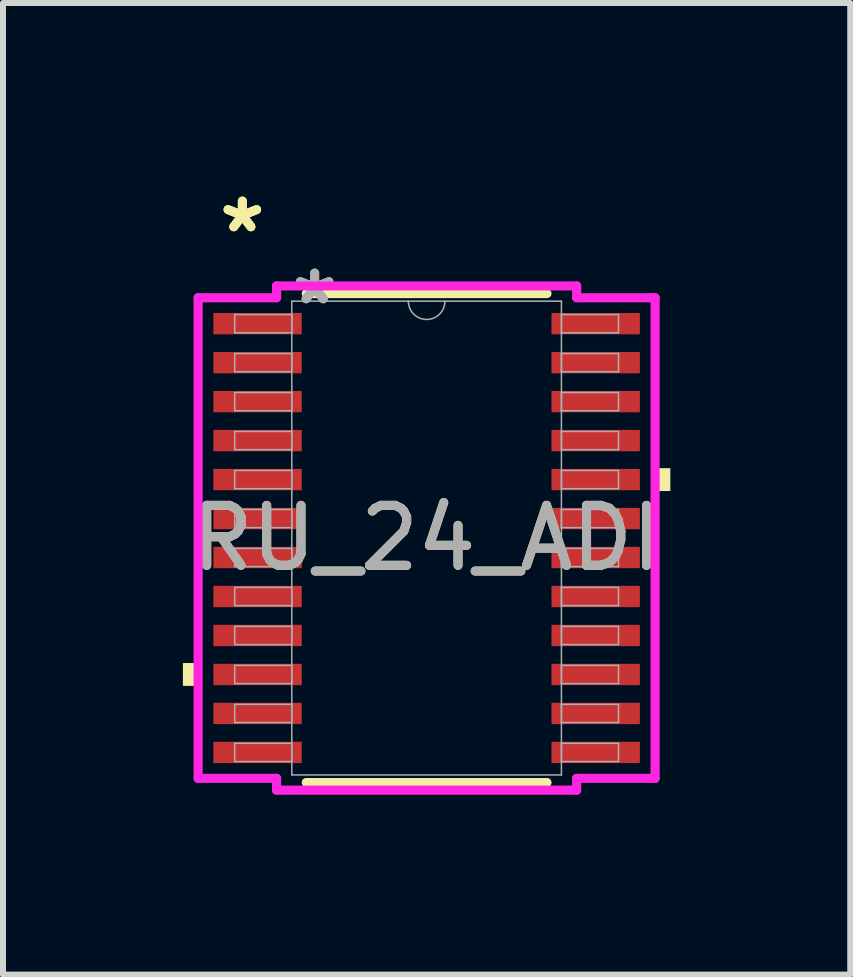
<source format=kicad_pcb>
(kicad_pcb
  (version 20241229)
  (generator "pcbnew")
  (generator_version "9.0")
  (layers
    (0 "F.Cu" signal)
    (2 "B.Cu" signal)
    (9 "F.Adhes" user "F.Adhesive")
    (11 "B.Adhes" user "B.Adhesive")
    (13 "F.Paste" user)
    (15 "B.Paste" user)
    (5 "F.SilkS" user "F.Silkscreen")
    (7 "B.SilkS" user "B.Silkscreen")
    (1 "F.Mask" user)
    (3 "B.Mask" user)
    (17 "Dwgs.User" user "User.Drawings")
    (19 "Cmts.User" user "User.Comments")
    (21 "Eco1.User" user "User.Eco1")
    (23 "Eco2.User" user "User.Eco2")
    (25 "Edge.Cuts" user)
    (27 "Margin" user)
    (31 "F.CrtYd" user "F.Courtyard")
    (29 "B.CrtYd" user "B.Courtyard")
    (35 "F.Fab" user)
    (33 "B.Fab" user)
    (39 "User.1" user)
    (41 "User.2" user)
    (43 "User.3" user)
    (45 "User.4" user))
  (footprint "RU_24_ADI"
    (layer "F.Cu")
    (at 4.064 5.922)
    (property "Reference" "RU_24_ADI" (at 0 0 0) (unlocked yes) (layer "F.SilkS") (effects (font (size 1 1) (thickness 0.15))))
    (attr smd)
    (fp_line (start -2.007 4.077) (end 2.007 4.077) (stroke (width 0.152) (type solid)) (layer "F.SilkS"))
    (fp_line (start 2.007 -4.077) (end -2.007 -4.077) (stroke (width 0.152) (type solid)) (layer "F.SilkS"))
    (fp_poly (pts (xy -4.064 2.084) (xy -4.064 2.465) (xy -3.81 2.465) (xy -3.81 2.084)) (stroke (width 0) (type solid)) (fill yes) (layer "F.SilkS"))
    (fp_poly (pts (xy 4.064 -1.165) (xy 4.064 -0.784) (xy 3.81 -0.784) (xy 3.81 -1.165)) (stroke (width 0) (type solid)) (fill yes) (layer "F.SilkS"))
    (fp_line (start -3.81 -4.007) (end -2.502 -4.007) (stroke (width 0.152) (type solid)) (layer "F.CrtYd"))
    (fp_line (start -3.81 4.007) (end -3.81 -4.007) (stroke (width 0.152) (type solid)) (layer "F.CrtYd"))
    (fp_line (start -3.81 4.007) (end -2.502 4.007) (stroke (width 0.152) (type solid)) (layer "F.CrtYd"))
    (fp_line (start -2.502 -4.204) (end 2.502 -4.204) (stroke (width 0.152) (type solid)) (layer "F.CrtYd"))
    (fp_line (start -2.502 -4.007) (end -2.502 -4.204) (stroke (width 0.152) (type solid)) (layer "F.CrtYd"))
    (fp_line (start -2.502 4.204) (end -2.502 4.007) (stroke (width 0.152) (type solid)) (layer "F.CrtYd"))
    (fp_line (start 2.502 -4.204) (end 2.502 -4.007) (stroke (width 0.152) (type solid)) (layer "F.CrtYd"))
    (fp_line (start 2.502 4.007) (end 2.502 4.204) (stroke (width 0.152) (type solid)) (layer "F.CrtYd"))
    (fp_line (start 2.502 4.204) (end -2.502 4.204) (stroke (width 0.152) (type solid)) (layer "F.CrtYd"))
    (fp_line (start 3.81 -4.007) (end 2.502 -4.007) (stroke (width 0.152) (type solid)) (layer "F.CrtYd"))
    (fp_line (start 3.81 -4.007) (end 3.81 4.007) (stroke (width 0.152) (type solid)) (layer "F.CrtYd"))
    (fp_line (start 3.81 4.007) (end 2.502 4.007) (stroke (width 0.152) (type solid)) (layer "F.CrtYd"))
    (fp_line (start -3.2 -3.727) (end -3.2 -3.423) (stroke (width 0.025) (type solid)) (layer "F.Fab"))
    (fp_line (start -3.2 -3.423) (end -2.248 -3.423) (stroke (width 0.025) (type solid)) (layer "F.Fab"))
    (fp_line (start -3.2 -3.077) (end -3.2 -2.773) (stroke (width 0.025) (type solid)) (layer "F.Fab"))
    (fp_line (start -3.2 -2.773) (end -2.248 -2.773) (stroke (width 0.025) (type solid)) (layer "F.Fab"))
    (fp_line (start -3.2 -2.427) (end -3.2 -2.123) (stroke (width 0.025) (type solid)) (layer "F.Fab"))
    (fp_line (start -3.2 -2.123) (end -2.248 -2.123) (stroke (width 0.025) (type solid)) (layer "F.Fab"))
    (fp_line (start -3.2 -1.777) (end -3.2 -1.473) (stroke (width 0.025) (type solid)) (layer "F.Fab"))
    (fp_line (start -3.2 -1.473) (end -2.248 -1.473) (stroke (width 0.025) (type solid)) (layer "F.Fab"))
    (fp_line (start -3.2 -1.127) (end -3.2 -0.823) (stroke (width 0.025) (type solid)) (layer "F.Fab"))
    (fp_line (start -3.2 -0.823) (end -2.248 -0.823) (stroke (width 0.025) (type solid)) (layer "F.Fab"))
    (fp_line (start -3.2 -0.477) (end -3.2 -0.173) (stroke (width 0.025) (type solid)) (layer "F.Fab"))
    (fp_line (start -3.2 -0.173) (end -2.248 -0.173) (stroke (width 0.025) (type solid)) (layer "F.Fab"))
    (fp_line (start -3.2 0.173) (end -3.2 0.477) (stroke (width 0.025) (type solid)) (layer "F.Fab"))
    (fp_line (start -3.2 0.477) (end -2.248 0.477) (stroke (width 0.025) (type solid)) (layer "F.Fab"))
    (fp_line (start -3.2 0.823) (end -3.2 1.127) (stroke (width 0.025) (type solid)) (layer "F.Fab"))
    (fp_line (start -3.2 1.127) (end -2.248 1.127) (stroke (width 0.025) (type solid)) (layer "F.Fab"))
    (fp_line (start -3.2 1.473) (end -3.2 1.777) (stroke (width 0.025) (type solid)) (layer "F.Fab"))
    (fp_line (start -3.2 1.777) (end -2.248 1.777) (stroke (width 0.025) (type solid)) (layer "F.Fab"))
    (fp_line (start -3.2 2.123) (end -3.2 2.427) (stroke (width 0.025) (type solid)) (layer "F.Fab"))
    (fp_line (start -3.2 2.427) (end -2.248 2.427) (stroke (width 0.025) (type solid)) (layer "F.Fab"))
    (fp_line (start -3.2 2.773) (end -3.2 3.077) (stroke (width 0.025) (type solid)) (layer "F.Fab"))
    (fp_line (start -3.2 3.077) (end -2.248 3.077) (stroke (width 0.025) (type solid)) (layer "F.Fab"))
    (fp_line (start -3.2 3.423) (end -3.2 3.727) (stroke (width 0.025) (type solid)) (layer "F.Fab"))
    (fp_line (start -3.2 3.727) (end -2.248 3.727) (stroke (width 0.025) (type solid)) (layer "F.Fab"))
    (fp_line (start -2.248 -3.95) (end -2.248 3.95) (stroke (width 0.025) (type solid)) (layer "F.Fab"))
    (fp_line (start -2.248 -3.727) (end -3.2 -3.727) (stroke (width 0.025) (type solid)) (layer "F.Fab"))
    (fp_line (start -2.248 -3.423) (end -2.248 -3.727) (stroke (width 0.025) (type solid)) (layer "F.Fab"))
    (fp_line (start -2.248 -3.077) (end -3.2 -3.077) (stroke (width 0.025) (type solid)) (layer "F.Fab"))
    (fp_line (start -2.248 -2.773) (end -2.248 -3.077) (stroke (width 0.025) (type solid)) (layer "F.Fab"))
    (fp_line (start -2.248 -2.427) (end -3.2 -2.427) (stroke (width 0.025) (type solid)) (layer "F.Fab"))
    (fp_line (start -2.248 -2.123) (end -2.248 -2.427) (stroke (width 0.025) (type solid)) (layer "F.Fab"))
    (fp_line (start -2.248 -1.777) (end -3.2 -1.777) (stroke (width 0.025) (type solid)) (layer "F.Fab"))
    (fp_line (start -2.248 -1.473) (end -2.248 -1.777) (stroke (width 0.025) (type solid)) (layer "F.Fab"))
    (fp_line (start -2.248 -1.127) (end -3.2 -1.127) (stroke (width 0.025) (type solid)) (layer "F.Fab"))
    (fp_line (start -2.248 -0.823) (end -2.248 -1.127) (stroke (width 0.025) (type solid)) (layer "F.Fab"))
    (fp_line (start -2.248 -0.477) (end -3.2 -0.477) (stroke (width 0.025) (type solid)) (layer "F.Fab"))
    (fp_line (start -2.248 -0.173) (end -2.248 -0.477) (stroke (width 0.025) (type solid)) (layer "F.Fab"))
    (fp_line (start -2.248 0.173) (end -3.2 0.173) (stroke (width 0.025) (type solid)) (layer "F.Fab"))
    (fp_line (start -2.248 0.477) (end -2.248 0.173) (stroke (width 0.025) (type solid)) (layer "F.Fab"))
    (fp_line (start -2.248 0.823) (end -3.2 0.823) (stroke (width 0.025) (type solid)) (layer "F.Fab"))
    (fp_line (start -2.248 1.127) (end -2.248 0.823) (stroke (width 0.025) (type solid)) (layer "F.Fab"))
    (fp_line (start -2.248 1.473) (end -3.2 1.473) (stroke (width 0.025) (type solid)) (layer "F.Fab"))
    (fp_line (start -2.248 1.777) (end -2.248 1.473) (stroke (width 0.025) (type solid)) (layer "F.Fab"))
    (fp_line (start -2.248 2.123) (end -3.2 2.123) (stroke (width 0.025) (type solid)) (layer "F.Fab"))
    (fp_line (start -2.248 2.427) (end -2.248 2.123) (stroke (width 0.025) (type solid)) (layer "F.Fab"))
    (fp_line (start -2.248 2.773) (end -3.2 2.773) (stroke (width 0.025) (type solid)) (layer "F.Fab"))
    (fp_line (start -2.248 3.077) (end -2.248 2.773) (stroke (width 0.025) (type solid)) (layer "F.Fab"))
    (fp_line (start -2.248 3.423) (end -3.2 3.423) (stroke (width 0.025) (type solid)) (layer "F.Fab"))
    (fp_line (start -2.248 3.727) (end -2.248 3.423) (stroke (width 0.025) (type solid)) (layer "F.Fab"))
    (fp_line (start -2.248 3.95) (end 2.248 3.95) (stroke (width 0.025) (type solid)) (layer "F.Fab"))
    (fp_line (start 2.248 -3.95) (end -2.248 -3.95) (stroke (width 0.025) (type solid)) (layer "F.Fab"))
    (fp_line (start 2.248 -3.727) (end 2.248 -3.423) (stroke (width 0.025) (type solid)) (layer "F.Fab"))
    (fp_line (start 2.248 -3.423) (end 3.2 -3.423) (stroke (width 0.025) (type solid)) (layer "F.Fab"))
    (fp_line (start 2.248 -3.077) (end 2.248 -2.773) (stroke (width 0.025) (type solid)) (layer "F.Fab"))
    (fp_line (start 2.248 -2.773) (end 3.2 -2.773) (stroke (width 0.025) (type solid)) (layer "F.Fab"))
    (fp_line (start 2.248 -2.427) (end 2.248 -2.123) (stroke (width 0.025) (type solid)) (layer "F.Fab"))
    (fp_line (start 2.248 -2.123) (end 3.2 -2.123) (stroke (width 0.025) (type solid)) (layer "F.Fab"))
    (fp_line (start 2.248 -1.777) (end 2.248 -1.473) (stroke (width 0.025) (type solid)) (layer "F.Fab"))
    (fp_line (start 2.248 -1.473) (end 3.2 -1.473) (stroke (width 0.025) (type solid)) (layer "F.Fab"))
    (fp_line (start 2.248 -1.127) (end 2.248 -0.823) (stroke (width 0.025) (type solid)) (layer "F.Fab"))
    (fp_line (start 2.248 -0.823) (end 3.2 -0.823) (stroke (width 0.025) (type solid)) (layer "F.Fab"))
    (fp_line (start 2.248 -0.477) (end 2.248 -0.173) (stroke (width 0.025) (type solid)) (layer "F.Fab"))
    (fp_line (start 2.248 -0.173) (end 3.2 -0.173) (stroke (width 0.025) (type solid)) (layer "F.Fab"))
    (fp_line (start 2.248 0.173) (end 2.248 0.477) (stroke (width 0.025) (type solid)) (layer "F.Fab"))
    (fp_line (start 2.248 0.477) (end 3.2 0.477) (stroke (width 0.025) (type solid)) (layer "F.Fab"))
    (fp_line (start 2.248 0.823) (end 2.248 1.127) (stroke (width 0.025) (type solid)) (layer "F.Fab"))
    (fp_line (start 2.248 1.127) (end 3.2 1.127) (stroke (width 0.025) (type solid)) (layer "F.Fab"))
    (fp_line (start 2.248 1.473) (end 2.248 1.777) (stroke (width 0.025) (type solid)) (layer "F.Fab"))
    (fp_line (start 2.248 1.777) (end 3.2 1.777) (stroke (width 0.025) (type solid)) (layer "F.Fab"))
    (fp_line (start 2.248 2.123) (end 2.248 2.427) (stroke (width 0.025) (type solid)) (layer "F.Fab"))
    (fp_line (start 2.248 2.427) (end 3.2 2.427) (stroke (width 0.025) (type solid)) (layer "F.Fab"))
    (fp_line (start 2.248 2.773) (end 2.248 3.077) (stroke (width 0.025) (type solid)) (layer "F.Fab"))
    (fp_line (start 2.248 3.077) (end 3.2 3.077) (stroke (width 0.025) (type solid)) (layer "F.Fab"))
    (fp_line (start 2.248 3.423) (end 2.248 3.727) (stroke (width 0.025) (type solid)) (layer "F.Fab"))
    (fp_line (start 2.248 3.727) (end 3.2 3.727) (stroke (width 0.025) (type solid)) (layer "F.Fab"))
    (fp_line (start 2.248 3.95) (end 2.248 -3.95) (stroke (width 0.025) (type solid)) (layer "F.Fab"))
    (fp_line (start 3.2 -3.727) (end 2.248 -3.727) (stroke (width 0.025) (type solid)) (layer "F.Fab"))
    (fp_line (start 3.2 -3.423) (end 3.2 -3.727) (stroke (width 0.025) (type solid)) (layer "F.Fab"))
    (fp_line (start 3.2 -3.077) (end 2.248 -3.077) (stroke (width 0.025) (type solid)) (layer "F.Fab"))
    (fp_line (start 3.2 -2.773) (end 3.2 -3.077) (stroke (width 0.025) (type solid)) (layer "F.Fab"))
    (fp_line (start 3.2 -2.427) (end 2.248 -2.427) (stroke (width 0.025) (type solid)) (layer "F.Fab"))
    (fp_line (start 3.2 -2.123) (end 3.2 -2.427) (stroke (width 0.025) (type solid)) (layer "F.Fab"))
    (fp_line (start 3.2 -1.777) (end 2.248 -1.777) (stroke (width 0.025) (type solid)) (layer "F.Fab"))
    (fp_line (start 3.2 -1.473) (end 3.2 -1.777) (stroke (width 0.025) (type solid)) (layer "F.Fab"))
    (fp_line (start 3.2 -1.127) (end 2.248 -1.127) (stroke (width 0.025) (type solid)) (layer "F.Fab"))
    (fp_line (start 3.2 -0.823) (end 3.2 -1.127) (stroke (width 0.025) (type solid)) (layer "F.Fab"))
    (fp_line (start 3.2 -0.477) (end 2.248 -0.477) (stroke (width 0.025) (type solid)) (layer "F.Fab"))
    (fp_line (start 3.2 -0.173) (end 3.2 -0.477) (stroke (width 0.025) (type solid)) (layer "F.Fab"))
    (fp_line (start 3.2 0.173) (end 2.248 0.173) (stroke (width 0.025) (type solid)) (layer "F.Fab"))
    (fp_line (start 3.2 0.477) (end 3.2 0.173) (stroke (width 0.025) (type solid)) (layer "F.Fab"))
    (fp_line (start 3.2 0.823) (end 2.248 0.823) (stroke (width 0.025) (type solid)) (layer "F.Fab"))
    (fp_line (start 3.2 1.127) (end 3.2 0.823) (stroke (width 0.025) (type solid)) (layer "F.Fab"))
    (fp_line (start 3.2 1.473) (end 2.248 1.473) (stroke (width 0.025) (type solid)) (layer "F.Fab"))
    (fp_line (start 3.2 1.777) (end 3.2 1.473) (stroke (width 0.025) (type solid)) (layer "F.Fab"))
    (fp_line (start 3.2 2.123) (end 2.248 2.123) (stroke (width 0.025) (type solid)) (layer "F.Fab"))
    (fp_line (start 3.2 2.427) (end 3.2 2.123) (stroke (width 0.025) (type solid)) (layer "F.Fab"))
    (fp_line (start 3.2 2.773) (end 2.248 2.773) (stroke (width 0.025) (type solid)) (layer "F.Fab"))
    (fp_line (start 3.2 3.077) (end 3.2 2.773) (stroke (width 0.025) (type solid)) (layer "F.Fab"))
    (fp_line (start 3.2 3.423) (end 2.248 3.423) (stroke (width 0.025) (type solid)) (layer "F.Fab"))
    (fp_line (start 3.2 3.727) (end 3.2 3.423) (stroke (width 0.025) (type solid)) (layer "F.Fab"))
    (fp_arc (start 0.3048 -3.9497) (mid 0 -3.6449) (end -0.3048 -3.9497) (stroke (width 0.0254) (type solid)) (layer "F.Fab"))
    (fp_text user "*" (at -3.073 -5.074 0) (layer "F.SilkS") (effects (font (size 1 1) (thickness 0.15))))
    (fp_text user "*" (at -3.073 -5.074 0) (unlocked yes) (layer "F.SilkS") (effects (font (size 1 1) (thickness 0.15))))
    (fp_text user "*" (at -1.867 -3.873 0) (unlocked yes) (layer "F.Fab") (effects (font (size 1 1) (thickness 0.15))))
    (fp_text user "*" (at -1.867 -3.873 0) (layer "F.Fab") (effects (font (size 1 1) (thickness 0.15))))
    (fp_text user "${REFERENCE}" (at 0 0 0) (unlocked yes) (layer "F.Fab") (effects (font (size 1 1) (thickness 0.15))))
    (pad "1" smd rect (at -2.819 -3.575) (size 1.473 0.356) (layers "F.Cu" "F.Mask" "F.Paste"))
    (pad "2" smd rect (at -2.819 -2.925) (size 1.473 0.356) (layers "F.Cu" "F.Mask" "F.Paste"))
    (pad "3" smd rect (at -2.819 -2.275) (size 1.473 0.356) (layers "F.Cu" "F.Mask" "F.Paste"))
    (pad "4" smd rect (at -2.819 -1.625) (size 1.473 0.356) (layers "F.Cu" "F.Mask" "F.Paste"))
    (pad "5" smd rect (at -2.819 -0.975) (size 1.473 0.356) (layers "F.Cu" "F.Mask" "F.Paste"))
    (pad "6" smd rect (at -2.819 -0.325) (size 1.473 0.356) (layers "F.Cu" "F.Mask" "F.Paste"))
    (pad "7" smd rect (at -2.819 0.325) (size 1.473 0.356) (layers "F.Cu" "F.Mask" "F.Paste"))
    (pad "8" smd rect (at -2.819 0.975) (size 1.473 0.356) (layers "F.Cu" "F.Mask" "F.Paste"))
    (pad "9" smd rect (at -2.819 1.625) (size 1.473 0.356) (layers "F.Cu" "F.Mask" "F.Paste"))
    (pad "10" smd rect (at -2.819 2.275) (size 1.473 0.356) (layers "F.Cu" "F.Mask" "F.Paste"))
    (pad "11" smd rect (at -2.819 2.925) (size 1.473 0.356) (layers "F.Cu" "F.Mask" "F.Paste"))
    (pad "12" smd rect (at -2.819 3.575) (size 1.473 0.356) (layers "F.Cu" "F.Mask" "F.Paste"))
    (pad "13" smd rect (at 2.819 3.575) (size 1.473 0.356) (layers "F.Cu" "F.Mask" "F.Paste"))
    (pad "14" smd rect (at 2.819 2.925) (size 1.473 0.356) (layers "F.Cu" "F.Mask" "F.Paste"))
    (pad "15" smd rect (at 2.819 2.275) (size 1.473 0.356) (layers "F.Cu" "F.Mask" "F.Paste"))
    (pad "16" smd rect (at 2.819 1.625) (size 1.473 0.356) (layers "F.Cu" "F.Mask" "F.Paste"))
    (pad "17" smd rect (at 2.819 0.975) (size 1.473 0.356) (layers "F.Cu" "F.Mask" "F.Paste"))
    (pad "18" smd rect (at 2.819 0.325) (size 1.473 0.356) (layers "F.Cu" "F.Mask" "F.Paste"))
    (pad "19" smd rect (at 2.819 -0.325) (size 1.473 0.356) (layers "F.Cu" "F.Mask" "F.Paste"))
    (pad "20" smd rect (at 2.819 -0.975) (size 1.473 0.356) (layers "F.Cu" "F.Mask" "F.Paste"))
    (pad "21" smd rect (at 2.819 -1.625) (size 1.473 0.356) (layers "F.Cu" "F.Mask" "F.Paste"))
    (pad "22" smd rect (at 2.819 -2.275) (size 1.473 0.356) (layers "F.Cu" "F.Mask" "F.Paste"))
    (pad "23" smd rect (at 2.819 -2.925) (size 1.473 0.356) (layers "F.Cu" "F.Mask" "F.Paste"))
    (pad "24" smd rect (at 2.819 -3.575) (size 1.473 0.356) (layers "F.Cu" "F.Mask" "F.Paste")))
  (gr_rect
    (start -3 -3)
    (end 11.128 13.202)
    (stroke (width 0.1) (type default))
    (fill no)
    (layer "Edge.Cuts")))
</source>
